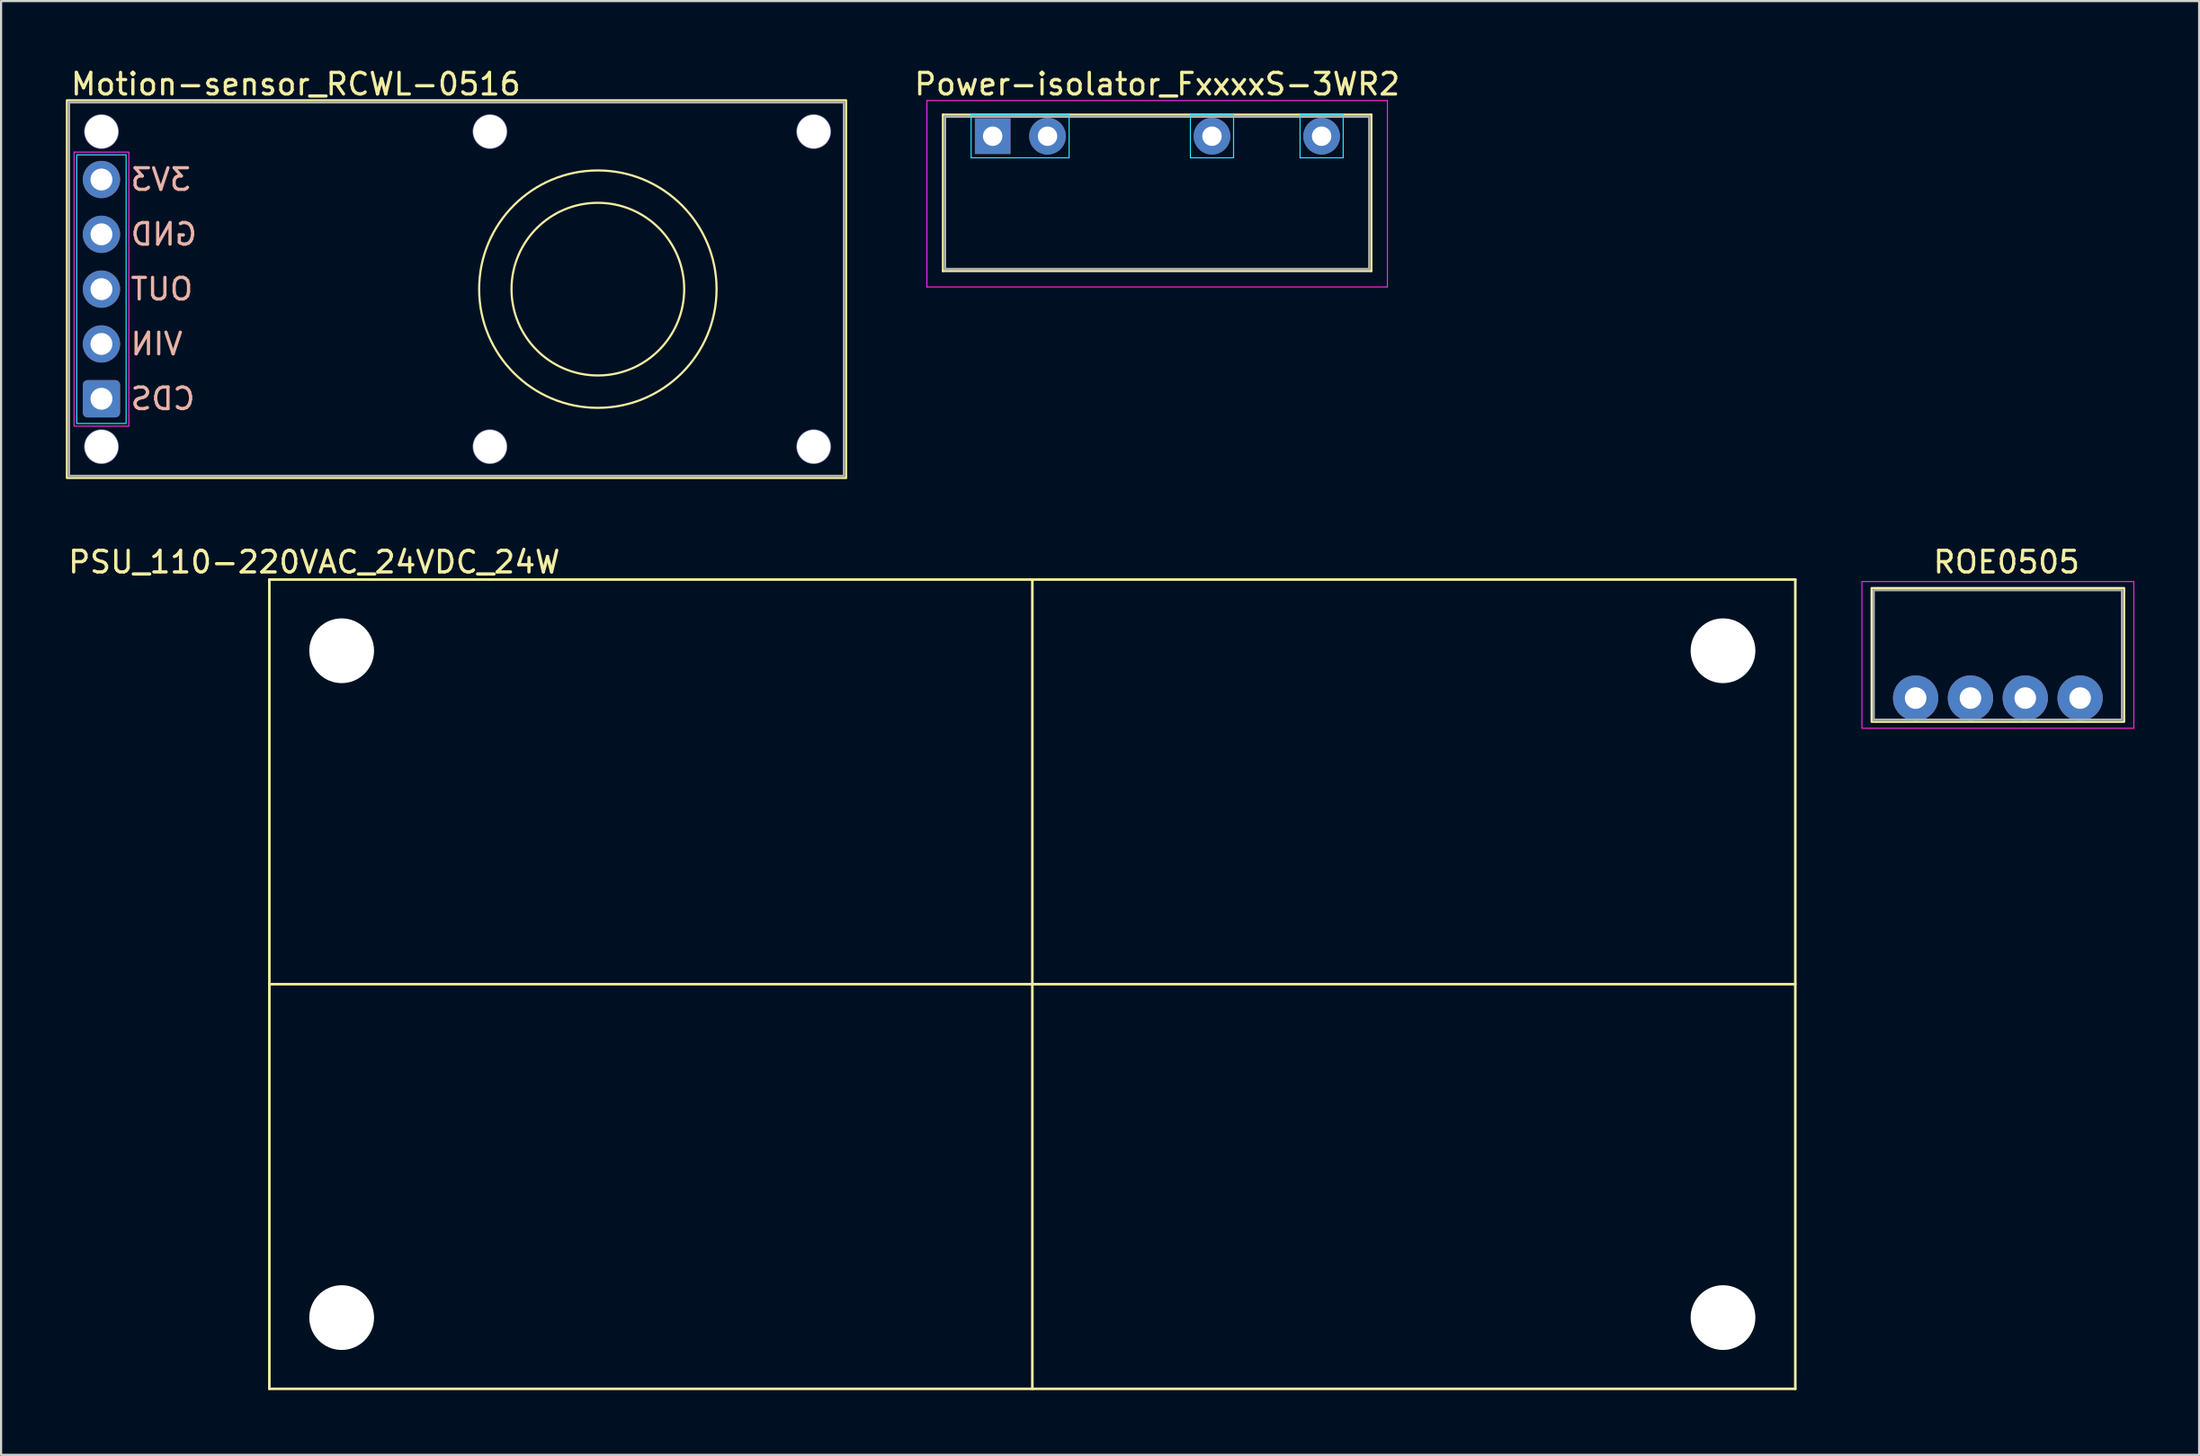
<source format=kicad_pcb>
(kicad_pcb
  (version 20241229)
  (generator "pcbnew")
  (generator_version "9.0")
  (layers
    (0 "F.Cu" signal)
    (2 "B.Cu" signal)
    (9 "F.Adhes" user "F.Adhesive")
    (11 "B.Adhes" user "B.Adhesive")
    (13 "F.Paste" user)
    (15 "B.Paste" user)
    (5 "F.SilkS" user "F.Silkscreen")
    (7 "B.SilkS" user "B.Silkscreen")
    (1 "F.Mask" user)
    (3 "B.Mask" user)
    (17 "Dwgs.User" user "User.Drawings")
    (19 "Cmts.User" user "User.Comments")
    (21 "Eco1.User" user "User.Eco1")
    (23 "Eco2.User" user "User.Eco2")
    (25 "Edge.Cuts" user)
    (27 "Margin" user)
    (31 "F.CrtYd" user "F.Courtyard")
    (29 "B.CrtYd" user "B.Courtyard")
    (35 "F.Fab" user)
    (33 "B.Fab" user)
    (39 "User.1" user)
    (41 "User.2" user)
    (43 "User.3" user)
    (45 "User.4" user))
  (footprint "Motion-sensor_RCWL-0516"
    (layer "F.Cu")
    (at 24.65 10.348)
    (property "Reference" "Motion-sensor_RCWL-0516" (at -24.5 -9.5 0) (layer "F.SilkS") (effects (font (size 1 1) (thickness 0.15)) (justify left)))
    (attr through_hole)
    (fp_rect (start -24.6 -8.75) (end 11.5 8.75) (stroke (width 0.1) (type solid)) (fill no) (layer "F.SilkS"))
    (fp_circle (center 0 0) (end 0 4) (stroke (width 0.1) (type solid)) (fill no) (layer "F.SilkS"))
    (fp_circle (center 0 0) (end 0 5.5) (stroke (width 0.1) (type solid)) (fill no) (layer "F.SilkS"))
    (fp_rect (start -24.143 -6.223) (end -21.857 6.223) (stroke (width 0.05) (type solid)) (fill no) (layer "B.CrtYd"))
    (fp_rect (start -24.27 -6.35) (end -21.73 6.35) (stroke (width 0.05) (type solid)) (fill no) (layer "F.CrtYd"))
    (fp_rect (start -24.5 -8.65) (end 11.4 8.65) (stroke (width 0.1) (type solid)) (fill no) (layer "F.Fab"))
    (fp_text user "CDS" (at -21.73 5.08 0) (layer "B.SilkS") (effects (font (size 1 1) (thickness 0.15)) (justify right mirror)))
    (fp_text user "VIN" (at -21.73 2.54 0) (layer "B.SilkS") (effects (font (size 1 1) (thickness 0.15)) (justify right mirror)))
    (fp_text user "OUT" (at -21.73 0 0) (layer "B.SilkS") (effects (font (size 1 1) (thickness 0.15)) (justify right mirror)))
    (fp_text user "3V3" (at -21.73 -5.08 0) (layer "B.SilkS") (effects (font (size 1 1) (thickness 0.15)) (justify right mirror)))
    (fp_text user "GND" (at -21.73 -2.54 0) (layer "B.SilkS") (effects (font (size 1 1) (thickness 0.15)) (justify right mirror)))
    (pad "" np_thru_hole circle (at -23 -7.3) (size 1.6 1.6) (drill 1.55) (layers "*.Cu" "*.Mask"))
    (pad "" np_thru_hole circle (at -23 7.3) (size 1.6 1.6) (drill 1.55) (layers "*.Cu" "*.Mask"))
    (pad "" thru_hole circle (at -5 -7.3) (size 1.6 1.6) (drill 1.55) (layers "*.Cu" "*.Mask"))
    (pad "" thru_hole circle (at -5 7.3) (size 1.6 1.6) (drill 1.55) (layers "*.Cu" "*.Mask"))
    (pad "" thru_hole circle (at 10 -7.3) (size 1.6 1.6) (drill 1.55) (layers "*.Cu" "*.Mask"))
    (pad "" thru_hole circle (at 10 7.3) (size 1.6 1.6) (drill 1.55) (layers "*.Cu" "*.Mask"))
    (pad "1" thru_hole roundrect (at -23 5.08) (size 1.727 1.727) (drill 1.016) (layers "*.Cu" "*.Mask") (roundrect_rratio 0.125))
    (pad "2" thru_hole circle (at -23 2.54) (size 1.727 1.727) (drill 1.016) (layers "*.Cu" "*.Mask"))
    (pad "3" thru_hole circle (at -23 0) (size 1.727 1.727) (drill 1.016) (layers "*.Cu" "*.Mask"))
    (pad "4" thru_hole circle (at -23 -2.54) (size 1.727 1.727) (drill 1.016) (layers "*.Cu" "*.Mask"))
    (pad "5" thru_hole circle (at -23 -5.08) (size 1.727 1.727) (drill 1.016) (layers "*.Cu" "*.Mask")))
  (footprint "ROE0505"
    (layer "F.Cu")
    (at 89.515 29.297)
    (property "Reference" "ROE0505" (at 0.4 -6.3 0) (unlocked yes) (layer "F.SilkS") (effects (font (size 1 1) (thickness 0.15))))
    (attr through_hole)
    (fp_rect (start -5.85 -5.1) (end 5.85 1.1) (stroke (width 0.1) (type solid)) (fill no) (layer "F.SilkS"))
    (fp_rect (start -6.3 -5.4) (end 6.3 1.4) (stroke (width 0.05) (type solid)) (fill no) (layer "F.CrtYd"))
    (fp_rect (start -5.75 -5) (end 5.75 1) (stroke (width 0.1) (type solid)) (fill no) (layer "F.Fab"))
    (pad "1" thru_hole circle (at -3.81 0) (size 2.1 2.1) (drill 1) (layers "*.Cu" "*.Mask"))
    (pad "2" thru_hole circle (at -1.27 0) (size 2.1 2.1) (drill 1) (layers "*.Cu" "*.Mask"))
    (pad "3" thru_hole circle (at 1.27 0) (size 2.1 2.1) (drill 1) (layers "*.Cu" "*.Mask"))
    (pad "4" thru_hole circle (at 3.81 0) (size 2.1 2.1) (drill 1) (layers "*.Cu" "*.Mask")))
  (footprint "Power-isolator_FxxxxS-3WR2"
    (layer "F.Cu")
    (at 50.563 3.261)
    (property "Reference" "Power-isolator_FxxxxS-3WR2" (at 0 -2.413 0) (layer "F.SilkS") (effects (font (size 1 1) (thickness 0.15))))
    (attr through_hole)
    (fp_line (start -9.925 -1) (end -9.925 6.25) (stroke (width 0.1) (type solid)) (layer "F.SilkS"))
    (fp_line (start -9.925 6.25) (end 9.925 6.25) (stroke (width 0.1) (type solid)) (layer "F.SilkS"))
    (fp_line (start 9.925 -1) (end -9.925 -1) (stroke (width 0.1) (type solid)) (layer "F.SilkS"))
    (fp_line (start 9.925 6.25) (end 9.925 -1) (stroke (width 0.1) (type solid)) (layer "F.SilkS"))
    (fp_line (start -8.62 -1) (end -8.62 1) (stroke (width 0.05) (type solid)) (layer "B.CrtYd"))
    (fp_line (start -8.62 1) (end -4.08 1) (stroke (width 0.05) (type solid)) (layer "B.CrtYd"))
    (fp_line (start -4.08 -1) (end -8.62 -1) (stroke (width 0.05) (type solid)) (layer "B.CrtYd"))
    (fp_line (start -4.08 1) (end -4.08 -1) (stroke (width 0.05) (type solid)) (layer "B.CrtYd"))
    (fp_line (start 1.54 -1) (end 1.54 1) (stroke (width 0.05) (type solid)) (layer "B.CrtYd"))
    (fp_line (start 1.54 1) (end 3.54 1) (stroke (width 0.05) (type solid)) (layer "B.CrtYd"))
    (fp_line (start 3.54 -1) (end 1.54 -1) (stroke (width 0.05) (type solid)) (layer "B.CrtYd"))
    (fp_line (start 3.54 1) (end 3.54 -1) (stroke (width 0.05) (type solid)) (layer "B.CrtYd"))
    (fp_line (start 6.62 -1) (end 6.62 1) (stroke (width 0.05) (type solid)) (layer "B.CrtYd"))
    (fp_line (start 6.62 1) (end 8.62 1) (stroke (width 0.05) (type solid)) (layer "B.CrtYd"))
    (fp_line (start 8.62 -1) (end 6.62 -1) (stroke (width 0.05) (type solid)) (layer "B.CrtYd"))
    (fp_line (start 8.62 1) (end 8.62 -1) (stroke (width 0.05) (type solid)) (layer "B.CrtYd"))
    (fp_line (start -10.668 -1.651) (end -10.668 6.985) (stroke (width 0.05) (type solid)) (layer "F.CrtYd"))
    (fp_line (start -10.668 6.985) (end 10.668 6.985) (stroke (width 0.05) (type solid)) (layer "F.CrtYd"))
    (fp_line (start 10.668 -1.651) (end -10.668 -1.651) (stroke (width 0.05) (type solid)) (layer "F.CrtYd"))
    (fp_line (start 10.668 6.985) (end 10.668 -1.651) (stroke (width 0.05) (type solid)) (layer "F.CrtYd"))
    (fp_line (start -9.825 -0.9) (end -9.825 6.15) (stroke (width 0.1) (type solid)) (layer "F.Fab"))
    (fp_line (start -9.825 -0.9) (end 9.825 -0.9) (stroke (width 0.1) (type solid)) (layer "F.Fab"))
    (fp_line (start -9.825 6.15) (end 9.825 6.15) (stroke (width 0.1) (type solid)) (layer "F.Fab"))
    (fp_line (start 9.825 -0.9) (end 9.825 6.15) (stroke (width 0.1) (type solid)) (layer "F.Fab"))
    (pad "1" thru_hole trapezoid (at -7.62 0) (size 1.65 1.65) (drill 0.9) (layers "*.Cu" "*.Mask"))
    (pad "2" thru_hole circle (at -5.08 0) (size 1.7 1.7) (drill 0.9) (layers "*.Cu" "*.Mask"))
    (pad "5" thru_hole circle (at 2.54 0) (size 1.7 1.7) (drill 0.9) (layers "*.Cu" "*.Mask"))
    (pad "7" thru_hole circle (at 7.62 0) (size 1.7 1.7) (drill 0.9) (layers "*.Cu" "*.Mask")))
  (footprint "PSU_110-220VAC_24VDC_24W"
    (layer "F.Cu")
    (at 44.78 42.554)
    (property "Reference" "PSU_110-220VAC_24VDC_24W" (at -33.274 -19.558 0) (layer "F.SilkS") (effects (font (size 1 1) (thickness 0.15))))
    (attr through_hole)
    (fp_line (start -35.35 -18.75) (end -35.35 18.75) (stroke (width 0.12) (type solid)) (layer "F.SilkS"))
    (fp_line (start -35.35 -18.75) (end 35.35 -18.75) (stroke (width 0.12) (type solid)) (layer "F.SilkS"))
    (fp_line (start -35.35 0) (end 35.35 0) (stroke (width 0.12) (type solid)) (layer "F.SilkS"))
    (fp_line (start 0 -18.75) (end 0 18.75) (stroke (width 0.12) (type solid)) (layer "F.SilkS"))
    (fp_line (start 35.35 -18.75) (end 35.35 18.75) (stroke (width 0.12) (type solid)) (layer "F.SilkS"))
    (fp_line (start 35.35 18.75) (end -35.35 18.75) (stroke (width 0.12) (type solid)) (layer "F.SilkS"))
    (pad "" np_thru_hole circle (at -32 -15.45) (size 3 3) (drill 3) (layers "*.Cu" "*.Mask"))
    (pad "" np_thru_hole circle (at -32 15.45) (size 3 3) (drill 3) (layers "*.Cu" "*.Mask"))
    (pad "" np_thru_hole circle (at 32 -15.45) (size 3 3) (drill 3) (layers "*.Cu" "*.Mask"))
    (pad "" np_thru_hole circle (at 32 15.45) (size 3 3) (drill 3) (layers "*.Cu" "*.Mask")))
  (gr_rect
    (start -3 -3)
    (end 98.84 64.365)
    (stroke (width 0.1) (type default))
    (fill no)
    (layer "Edge.Cuts")))
</source>
